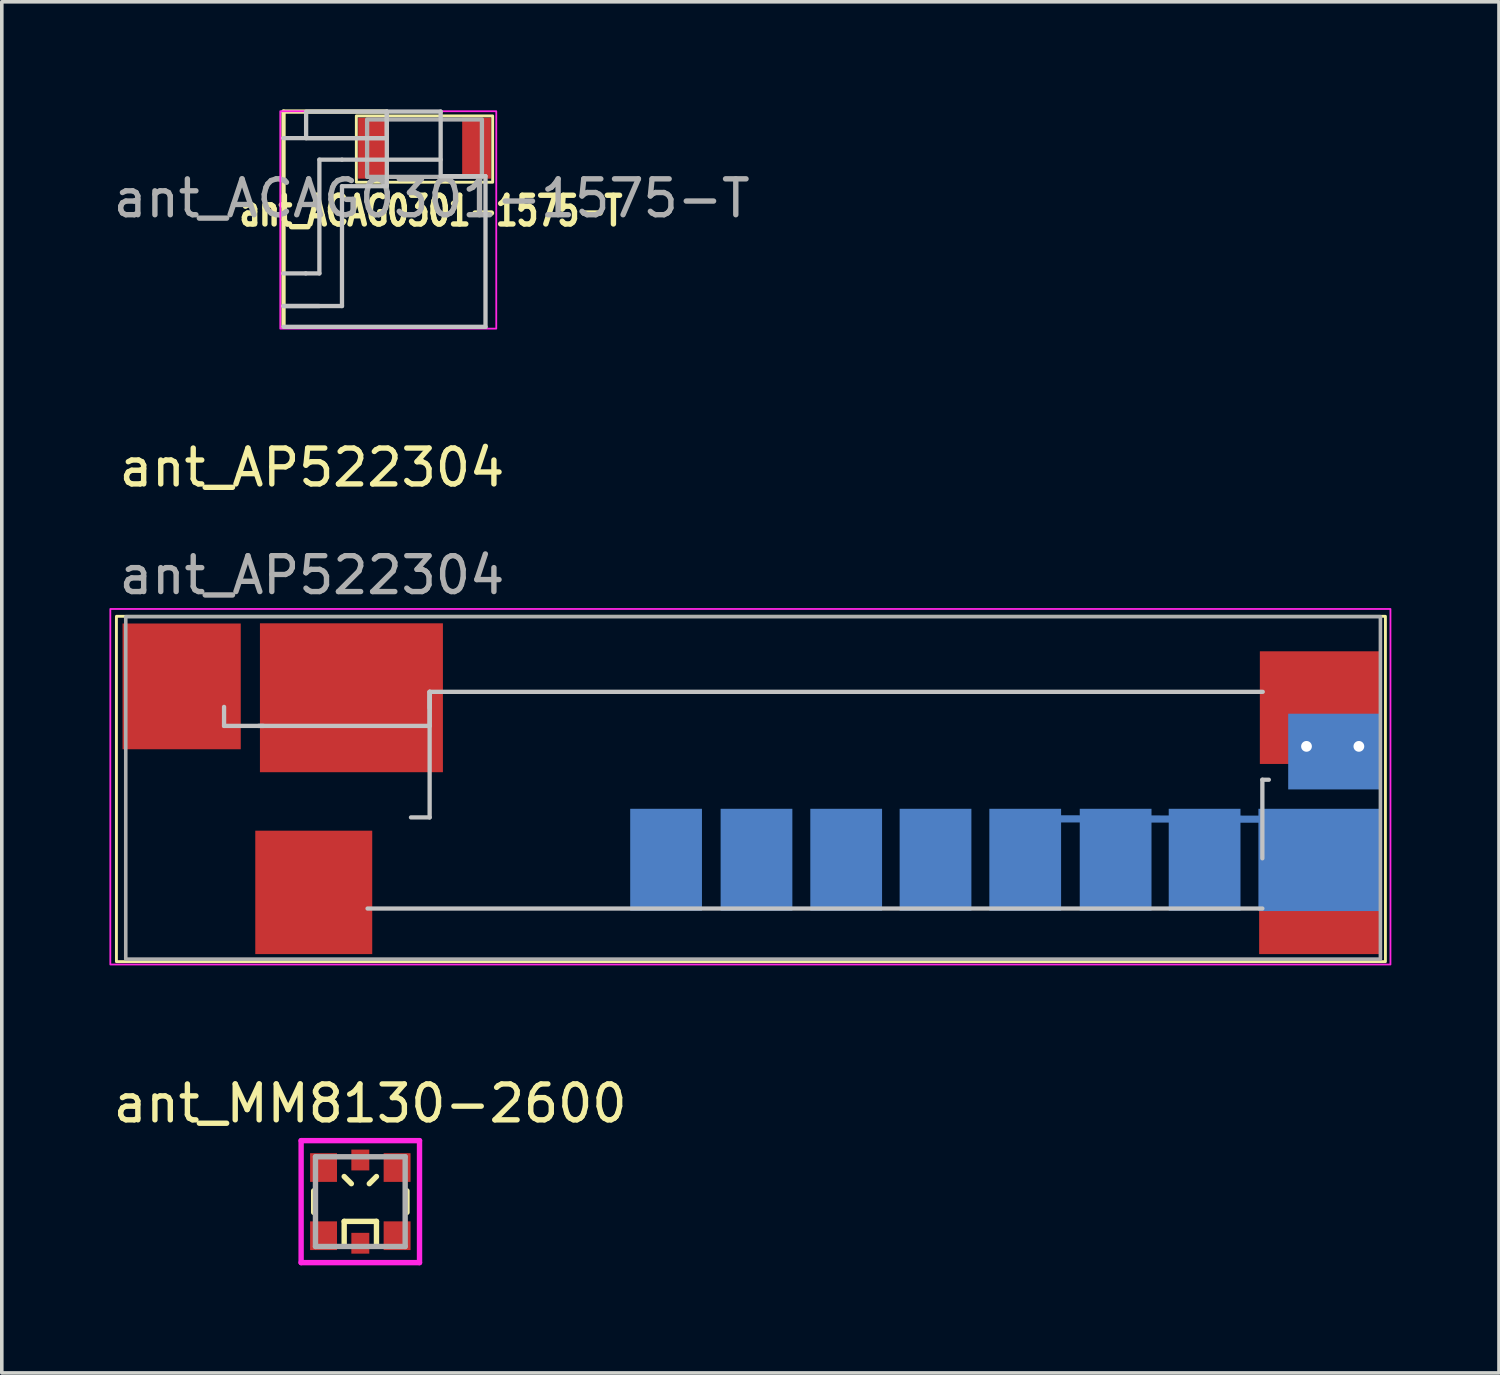
<source format=kicad_pcb>
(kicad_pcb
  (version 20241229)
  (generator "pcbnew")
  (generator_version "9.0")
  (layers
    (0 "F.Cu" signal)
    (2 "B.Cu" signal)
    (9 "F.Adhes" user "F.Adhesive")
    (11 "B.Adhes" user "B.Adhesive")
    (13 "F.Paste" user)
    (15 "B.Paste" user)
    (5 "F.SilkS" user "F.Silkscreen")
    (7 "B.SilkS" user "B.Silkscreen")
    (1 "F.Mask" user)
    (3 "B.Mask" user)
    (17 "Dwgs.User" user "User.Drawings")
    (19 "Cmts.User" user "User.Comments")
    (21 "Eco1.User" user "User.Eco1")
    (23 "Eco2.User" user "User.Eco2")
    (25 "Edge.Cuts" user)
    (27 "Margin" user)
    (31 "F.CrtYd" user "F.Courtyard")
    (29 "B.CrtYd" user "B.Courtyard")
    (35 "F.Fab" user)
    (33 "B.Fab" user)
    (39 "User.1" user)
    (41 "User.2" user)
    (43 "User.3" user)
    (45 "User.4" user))
  (footprint "ant_AP522304"
    (layer "F.Cu")
    (at 5.645 15.633)
    (property "Reference" "ant_AP522304" (at 0 -5.65 0) (unlocked yes) (layer "F.SilkS") (effects (font (size 1 1) (thickness 0.15))))
    (attr smd)
    (fp_line (start 20.65 4.14) (end 26.78 4.15) (stroke (width 0.2) (type default)) (layer "B.Cu"))
    (fp_line (start 7.88 3.86) (end 7.88 4.36) (stroke (width 0.12) (type default)) (layer "B.Mask"))
    (fp_line (start 8.38 3.86) (end 7.88 3.86) (stroke (width 0.12) (type default)) (layer "B.Mask"))
    (fp_line (start 8.38 3.86) (end 8.38 4.36) (stroke (width 0.12) (type default)) (layer "B.Mask"))
    (fp_line (start 8.88 3.86) (end 8.38 3.86) (stroke (width 0.12) (type default)) (layer "B.Mask"))
    (fp_line (start 8.88 3.86) (end 8.88 4.36) (stroke (width 0.12) (type default)) (layer "B.Mask"))
    (fp_line (start 9.38 3.86) (end 8.88 3.86) (stroke (width 0.12) (type default)) (layer "B.Mask"))
    (fp_line (start 9.38 3.86) (end 9.38 4.36) (stroke (width 0.12) (type default)) (layer "B.Mask"))
    (fp_line (start 9.88 3.86) (end 9.38 3.86) (stroke (width 0.12) (type default)) (layer "B.Mask"))
    (fp_line (start 9.88 3.86) (end 9.88 4.36) (stroke (width 0.12) (type default)) (layer "B.Mask"))
    (fp_line (start 10.38 3.86) (end 9.88 3.86) (stroke (width 0.12) (type default)) (layer "B.Mask"))
    (fp_line (start 10.38 3.86) (end 10.38 4.36) (stroke (width 0.12) (type default)) (layer "B.Mask"))
    (fp_line (start 10.88 3.86) (end 10.38 3.86) (stroke (width 0.12) (type default)) (layer "B.Mask"))
    (fp_line (start 10.88 3.86) (end 10.88 4.36) (stroke (width 0.12) (type default)) (layer "B.Mask"))
    (fp_line (start 11.38 3.86) (end 10.88 3.86) (stroke (width 0.12) (type default)) (layer "B.Mask"))
    (fp_line (start 11.38 3.86) (end 11.38 4.36) (stroke (width 0.12) (type default)) (layer "B.Mask"))
    (fp_line (start 11.88 3.86) (end 11.38 3.86) (stroke (width 0.12) (type default)) (layer "B.Mask"))
    (fp_line (start 11.88 3.86) (end 11.88 4.36) (stroke (width 0.12) (type default)) (layer "B.Mask"))
    (fp_line (start 12.38 3.86) (end 11.88 3.86) (stroke (width 0.12) (type default)) (layer "B.Mask"))
    (fp_line (start 12.38 3.86) (end 12.38 4.36) (stroke (width 0.12) (type default)) (layer "B.Mask"))
    (fp_line (start 12.88 3.86) (end 12.38 3.86) (stroke (width 0.12) (type default)) (layer "B.Mask"))
    (fp_line (start 12.88 3.86) (end 12.88 4.36) (stroke (width 0.12) (type default)) (layer "B.Mask"))
    (fp_line (start 13.38 3.86) (end 12.88 3.86) (stroke (width 0.12) (type default)) (layer "B.Mask"))
    (fp_line (start 13.38 3.86) (end 13.38 4.36) (stroke (width 0.12) (type default)) (layer "B.Mask"))
    (fp_line (start 13.88 3.86) (end 13.38 3.86) (stroke (width 0.12) (type default)) (layer "B.Mask"))
    (fp_line (start 13.88 3.86) (end 13.88 4.36) (stroke (width 0.12) (type default)) (layer "B.Mask"))
    (fp_line (start 14.38 3.86) (end 13.88 3.86) (stroke (width 0.12) (type default)) (layer "B.Mask"))
    (fp_line (start 14.38 3.86) (end 14.38 4.36) (stroke (width 0.12) (type default)) (layer "B.Mask"))
    (fp_line (start 14.88 3.86) (end 14.38 3.86) (stroke (width 0.12) (type default)) (layer "B.Mask"))
    (fp_line (start 14.88 3.86) (end 14.88 4.36) (stroke (width 0.12) (type default)) (layer "B.Mask"))
    (fp_line (start 15.38 3.86) (end 14.88 3.86) (stroke (width 0.12) (type default)) (layer "B.Mask"))
    (fp_line (start 15.38 3.86) (end 15.38 4.36) (stroke (width 0.12) (type default)) (layer "B.Mask"))
    (fp_line (start 15.88 3.86) (end 15.38 3.86) (stroke (width 0.12) (type default)) (layer "B.Mask"))
    (fp_line (start 15.88 3.86) (end 15.88 4.36) (stroke (width 0.12) (type default)) (layer "B.Mask"))
    (fp_line (start 16.38 3.86) (end 15.88 3.86) (stroke (width 0.12) (type default)) (layer "B.Mask"))
    (fp_line (start 16.38 3.86) (end 16.38 4.36) (stroke (width 0.12) (type default)) (layer "B.Mask"))
    (fp_line (start 16.88 3.86) (end 16.38 3.86) (stroke (width 0.12) (type default)) (layer "B.Mask"))
    (fp_line (start 16.88 3.86) (end 16.88 4.36) (stroke (width 0.12) (type default)) (layer "B.Mask"))
    (fp_line (start 17.38 3.86) (end 16.88 3.86) (stroke (width 0.12) (type default)) (layer "B.Mask"))
    (fp_line (start 17.38 3.86) (end 17.38 4.36) (stroke (width 0.12) (type default)) (layer "B.Mask"))
    (fp_line (start 17.88 3.86) (end 17.38 3.86) (stroke (width 0.12) (type default)) (layer "B.Mask"))
    (fp_line (start 17.88 3.86) (end 17.88 4.36) (stroke (width 0.12) (type default)) (layer "B.Mask"))
    (fp_line (start 18.38 3.86) (end 17.88 3.86) (stroke (width 0.12) (type default)) (layer "B.Mask"))
    (fp_line (start 18.38 3.86) (end 18.38 4.36) (stroke (width 0.12) (type default)) (layer "B.Mask"))
    (fp_line (start 18.88 3.86) (end 18.38 3.86) (stroke (width 0.12) (type default)) (layer "B.Mask"))
    (fp_line (start 18.88 3.86) (end 18.88 4.36) (stroke (width 0.12) (type default)) (layer "B.Mask"))
    (fp_line (start 19.38 3.86) (end 18.88 3.86) (stroke (width 0.12) (type default)) (layer "B.Mask"))
    (fp_line (start 19.38 3.86) (end 19.38 4.36) (stroke (width 0.12) (type default)) (layer "B.Mask"))
    (fp_line (start 19.88 3.86) (end 19.38 3.86) (stroke (width 0.12) (type default)) (layer "B.Mask"))
    (fp_line (start 19.88 3.86) (end 19.88 4.36) (stroke (width 0.12) (type default)) (layer "B.Mask"))
    (fp_line (start 20.38 3.86) (end 19.88 3.86) (stroke (width 0.12) (type default)) (layer "B.Mask"))
    (fp_line (start 20.38 3.86) (end 20.38 4.36) (stroke (width 0.12) (type default)) (layer "B.Mask"))
    (fp_line (start 20.88 3.86) (end 20.38 3.86) (stroke (width 0.12) (type default)) (layer "B.Mask"))
    (fp_line (start 20.88 3.86) (end 20.88 4.36) (stroke (width 0.12) (type default)) (layer "B.Mask"))
    (fp_line (start 21.38 3.86) (end 20.88 3.86) (stroke (width 0.12) (type default)) (layer "B.Mask"))
    (fp_line (start 21.38 3.86) (end 21.38 4.36) (stroke (width 0.12) (type default)) (layer "B.Mask"))
    (fp_line (start 21.88 3.86) (end 21.38 3.86) (stroke (width 0.12) (type default)) (layer "B.Mask"))
    (fp_line (start 21.88 3.86) (end 21.88 4.36) (stroke (width 0.12) (type default)) (layer "B.Mask"))
    (fp_line (start 22.38 3.86) (end 21.88 3.86) (stroke (width 0.12) (type default)) (layer "B.Mask"))
    (fp_line (start 22.38 3.86) (end 22.38 4.36) (stroke (width 0.12) (type default)) (layer "B.Mask"))
    (fp_line (start 22.88 3.86) (end 22.38 3.86) (stroke (width 0.12) (type default)) (layer "B.Mask"))
    (fp_line (start 22.88 3.86) (end 22.88 4.36) (stroke (width 0.12) (type default)) (layer "B.Mask"))
    (fp_line (start 23.38 3.86) (end 22.88 3.86) (stroke (width 0.12) (type default)) (layer "B.Mask"))
    (fp_line (start 23.38 3.86) (end 23.38 4.36) (stroke (width 0.12) (type default)) (layer "B.Mask"))
    (fp_line (start 23.88 3.86) (end 23.38 3.86) (stroke (width 0.12) (type default)) (layer "B.Mask"))
    (fp_line (start 23.88 3.86) (end 23.88 4.36) (stroke (width 0.12) (type default)) (layer "B.Mask"))
    (fp_line (start 24.38 3.86) (end 23.88 3.86) (stroke (width 0.12) (type default)) (layer "B.Mask"))
    (fp_line (start 24.38 3.86) (end 24.38 4.36) (stroke (width 0.12) (type default)) (layer "B.Mask"))
    (fp_line (start 24.88 3.86) (end 24.38 3.86) (stroke (width 0.12) (type default)) (layer "B.Mask"))
    (fp_line (start 24.88 3.86) (end 24.88 4.36) (stroke (width 0.12) (type default)) (layer "B.Mask"))
    (fp_line (start 25.38 3.86) (end 24.88 3.86) (stroke (width 0.12) (type default)) (layer "B.Mask"))
    (fp_line (start 25.38 3.86) (end 25.38 4.36) (stroke (width 0.12) (type default)) (layer "B.Mask"))
    (fp_line (start 25.88 3.86) (end 25.38 3.86) (stroke (width 0.12) (type default)) (layer "B.Mask"))
    (fp_line (start 25.88 3.86) (end 25.88 4.36) (stroke (width 0.12) (type default)) (layer "B.Mask"))
    (fp_line (start 26.38 3.86) (end 25.88 3.86) (stroke (width 0.12) (type default)) (layer "B.Mask"))
    (fp_rect (start -5.45 -1.505) (end 29.92 8.12) (stroke (width 0.08) (type default)) (fill no) (layer "F.SilkS"))
    (fp_line (start -2.45 1.55) (end -2.45 1.02) (stroke (width 0.12) (type default)) (layer "Dwgs.User"))
    (fp_line (start -1.35 1.55) (end -2.45 1.55) (stroke (width 0.12) (type default)) (layer "Dwgs.User"))
    (fp_line (start 1.55 6.64) (end 26.49 6.64) (stroke (width 0.12) (type default)) (layer "Dwgs.User"))
    (fp_line (start 3.28 0.6) (end 3.28 1.05) (stroke (width 0.12) (type default)) (layer "Dwgs.User"))
    (fp_line (start 3.28 0.6) (end 3.28 1.55) (stroke (width 0.12) (type default)) (layer "Dwgs.User"))
    (fp_line (start 3.28 0.6) (end 3.28 4.1) (stroke (width 0.12) (type default)) (layer "Dwgs.User"))
    (fp_line (start 3.28 1.55) (end -1.49 1.55) (stroke (width 0.12) (type default)) (layer "Dwgs.User"))
    (fp_line (start 3.28 4.1) (end 2.76 4.1) (stroke (width 0.12) (type default)) (layer "Dwgs.User"))
    (fp_line (start 26.49 3.05) (end 26.67 3.05) (stroke (width 0.12) (type default)) (layer "Dwgs.User"))
    (fp_line (start 26.49 5.24) (end 26.49 3.05) (stroke (width 0.12) (type default)) (layer "Dwgs.User"))
    (fp_line (start 26.5 0.6) (end 3.28 0.6) (stroke (width 0.12) (type default)) (layer "Dwgs.User"))
    (fp_rect (start -5.62 -1.71) (end 30.06 8.2) (stroke (width 0.05) (type default)) (fill no) (layer "F.CrtYd"))
    (fp_rect (start -5.19 -1.495) (end 29.78 8.05) (stroke (width 0.1) (type default)) (fill no) (layer "F.Fab"))
    (fp_text user "${REFERENCE}" (at 0 -2.65 0) (unlocked yes) (layer "F.Fab") (effects (font (size 1 1) (thickness 0.15))))
    (pad "1" smd rect (at 1.1 0.765) (size 5.1 4.15) (layers "F.Cu" "F.Mask" "F.Paste"))
    (pad "2" smd rect (at -3.632 0.448) (size 3.295 3.505) (layers "F.Cu" "F.Mask" "F.Paste"))
    (pad "3" smd rect (at -1.58 4.47) (size 3.26 3.44) (drill (offset 1.63 1.72)) (layers "F.Cu" "F.Mask" "F.Paste"))
    (pad "4" smd rect (at 26.6 4.51) (size 3.34 3.38) (drill (offset 1.47 1.71)) (layers "F.Cu" "F.Mask" "F.Paste"))
    (pad "5" smd rect (at 26.63 -0.53) (size 3.35 3.14) (drill (offset 1.465 1.57)) (layers "F.Cu" "F.Mask" "F.Paste"))
    (pad "7" thru_hole circle (at 27.72 2.12) (size 0.6 0.6) (drill 0.3) (layers "*.Cu" "*.Mask"))
    (pad "7" thru_hole circle (at 29.18 2.12) (size 0.6 0.6) (drill 0.3) (layers "*.Cu" "*.Mask"))
    (pad "7" smd rect (at 29.6 -0.52) (size 2.57 2.11) (drill (offset -1.105 2.785)) (layers "B.Cu" "B.Mask" "B.Paste"))
    (pad "8" smd rect (at 28.085 5.285) (size 3.41 2.85) (layers "B.Cu" "B.Mask" "B.Paste"))
    (pad "9" smd rect (at 24.88 5.28) (size 2 2.84) (layers "B.Cu" "B.Mask" "B.Paste"))
    (pad "10" smd rect (at 22.4 5.28) (size 2 2.84) (layers "B.Cu" "B.Mask" "B.Paste"))
    (pad "11" smd rect (at 19.88 5.28) (size 2 2.84) (layers "B.Cu" "B.Mask" "B.Paste"))
    (pad "12" smd rect (at 17.38 5.28) (size 2 2.84) (layers "B.Cu" "B.Mask" "B.Paste"))
    (pad "13" smd rect (at 14.89 5.28) (size 2 2.84) (layers "B.Cu" "B.Mask" "B.Paste"))
    (pad "14" smd rect (at 12.39 5.28) (size 2 2.84) (layers "B.Cu" "B.Mask" "B.Paste"))
    (pad "15" smd rect (at 9.87 5.28) (size 2 2.84) (layers "B.Cu" "B.Mask" "B.Paste")))
  (footprint "ant_ACAG0301-1575-T"
    (layer "F.Cu")
    (at 7.482 1.08)
    (property "Reference" "ant_ACAG0301-1575-T" (at 1.48 1.75 0) (unlocked yes) (layer "F.SilkS") (effects (font (size 0.8 0.6) (thickness 0.15))))
    (attr smd exclude_from_bom)
    (fp_line (start -2.63 -1.02) (end -2.63 -0.28) (stroke (width 0.12) (type default)) (layer "F.SilkS"))
    (fp_line (start -2.63 -0.28) (end -2.63 3.49) (stroke (width 0.12) (type default)) (layer "F.SilkS"))
    (fp_line (start -2.63 3.49) (end -2.63 4.4) (stroke (width 0.12) (type default)) (layer "F.SilkS"))
    (fp_line (start -2.63 4.4) (end -2.63 4.98) (stroke (width 0.12) (type default)) (layer "F.SilkS"))
    (fp_line (start 0.25 -1.02) (end -2.63 -1.02) (stroke (width 0.12) (type default)) (layer "F.SilkS"))
    (fp_rect (start -0.6 -0.9) (end 3.2 0.95) (stroke (width 0.08) (type default)) (fill no) (layer "F.SilkS"))
    (fp_line (start -2.63 4.4) (end -1.63 4.4) (stroke (width 0.12) (type default)) (layer "Dwgs.User"))
    (fp_line (start -2.63 4.4) (end -1 4.4) (stroke (width 0.12) (type default)) (layer "Dwgs.User"))
    (fp_line (start -2.63 4.98) (end 3 4.98) (stroke (width 0.12) (type default)) (layer "Dwgs.User"))
    (fp_line (start -2.01 3.49) (end -2.63 3.49) (stroke (width 0.12) (type default)) (layer "Dwgs.User"))
    (fp_line (start -2.01 3.49) (end -1.63 3.49) (stroke (width 0.12) (type default)) (layer "Dwgs.User"))
    (fp_line (start -2 -0.28) (end -2.63 -0.28) (stroke (width 0.12) (type default)) (layer "Dwgs.User"))
    (fp_line (start -2 -0.28) (end 0.25 -0.28) (stroke (width 0.12) (type default)) (layer "Dwgs.User"))
    (fp_line (start -1.63 0.32) (end -1 0.32) (stroke (width 0.12) (type default)) (layer "Dwgs.User"))
    (fp_line (start -1.63 3.49) (end -1.63 0.32) (stroke (width 0.12) (type default)) (layer "Dwgs.User"))
    (fp_line (start -1 1.06) (end -1 4.4) (stroke (width 0.12) (type default)) (layer "Dwgs.User"))
    (fp_line (start -1 1.06) (end 0.25 1.06) (stroke (width 0.12) (type default)) (layer "Dwgs.User"))
    (fp_line (start 0.25 -1.02) (end 1.75 -1.02) (stroke (width 0.12) (type default)) (layer "Dwgs.User"))
    (fp_line (start 0.25 -0.28) (end 0.25 -1.02) (stroke (width 0.12) (type default)) (layer "Dwgs.User"))
    (fp_line (start 0.25 0.32) (end -1 0.32) (stroke (width 0.12) (type default)) (layer "Dwgs.User"))
    (fp_line (start 0.25 0.32) (end 0.25 -0.28) (stroke (width 0.12) (type default)) (layer "Dwgs.User"))
    (fp_line (start 0.25 0.32) (end 1.75 0.32) (stroke (width 0.12) (type default)) (layer "Dwgs.User"))
    (fp_line (start 0.25 1.06) (end 0.25 0.32) (stroke (width 0.12) (type default)) (layer "Dwgs.User"))
    (fp_line (start 1.75 -1.02) (end 1.75 0.78) (stroke (width 0.12) (type default)) (layer "Dwgs.User"))
    (fp_line (start 1.75 0.78) (end 3 0.78) (stroke (width 0.12) (type default)) (layer "Dwgs.User"))
    (fp_line (start 3 4.98) (end 3 0.78) (stroke (width 0.12) (type default)) (layer "Dwgs.User"))
    (fp_rect (start -2 -1.02) (end 0.25 -0.28) (stroke (width 0.12) (type default)) (fill no) (layer "Dwgs.User"))
    (fp_rect (start -2.72 -1.03) (end 3.3 5.03) (stroke (width 0.05) (type default)) (fill no) (layer "F.CrtYd"))
    (fp_rect (start -0.3 -0.8) (end 2.9 0.8) (stroke (width 0.12) (type default)) (fill no) (layer "F.Fab"))
    (fp_text user "${REFERENCE}" (at 1.5 1.4 0) (unlocked yes) (layer "F.Fab") (effects (font (size 1 1) (thickness 0.15))))
    (pad "1" smd rect (at -0.15 0) (size 0.8 1.7) (layers "F.Cu" "F.Mask" "F.Paste"))
    (pad "2" smd rect (at 2.75 0) (size 0.8 1.7) (layers "F.Cu" "F.Mask" "F.Paste"))
    (zone (net_name "") (layers "F.Cu" "F.SilkS") (hatch edge 0.5) (connect_pads) (min_thickness 0.25) (filled_areas_thickness no) (keepout (tracks not_allowed) (vias not_allowed) (pads allowed) (copperpour not_allowed) (footprints not_allowed)) (placement (enabled no)) (fill) (polygon (pts (xy 6.772 0.81) (xy 4.852 0.8) (xy 4.852 4.57) (xy 5.852 4.57) (xy 5.852 1.4) (xy 6.772 1.41))))
    (zone (net_name "") (layers "F.Cu" "F.SilkS") (hatch edge 0.5) (connect_pads) (min_thickness 0.25) (filled_areas_thickness no) (keepout (tracks not_allowed) (vias not_allowed) (pads allowed) (copperpour not_allowed) (footprints not_allowed)) (placement (enabled no)) (fill) (polygon (pts (xy 7.732 0.06) (xy 9.232 0.06) (xy 9.232 1.86) (xy 10.482 1.86) (xy 10.482 6.06) (xy 4.852 6.06) (xy 4.852 5.48) (xy 6.482 5.48) (xy 6.482 2.14) (xy 7.732 2.14) (xy 7.732 1.4)))))
  (footprint "ant_MM8130-2600"
    (layer "F.Cu")
    (at 6.993 30.442)
    (property "Reference" "ant_MM8130-2600" (at 0.275 -2.735 0) (layer "F.SilkS") (effects (font (size 1 1) (thickness 0.15))))
    (attr smd)
    (fp_line (start -1.3 0.3) (end -1.3 -0.3) (stroke (width 0.15) (type solid)) (layer "F.SilkS"))
    (fp_line (start -0.45 -0.7) (end -0.25 -0.5) (stroke (width 0.15) (type solid)) (layer "F.SilkS"))
    (fp_line (start -0.45 0.55) (end 0.45 0.55) (stroke (width 0.15) (type solid)) (layer "F.SilkS"))
    (fp_line (start -0.45 1.2) (end -0.45 0.55) (stroke (width 0.15) (type solid)) (layer "F.SilkS"))
    (fp_line (start 0.45 -0.7) (end 0.25 -0.5) (stroke (width 0.15) (type solid)) (layer "F.SilkS"))
    (fp_line (start 0.45 0.55) (end 0.45 1.2) (stroke (width 0.15) (type solid)) (layer "F.SilkS"))
    (fp_line (start 1.3 0.3) (end 1.3 -0.3) (stroke (width 0.15) (type solid)) (layer "F.SilkS"))
    (fp_line (start -1.65 -1.7) (end -1.65 1.7) (stroke (width 0.15) (type solid)) (layer "F.CrtYd"))
    (fp_line (start -1.65 1.7) (end 1.65 1.7) (stroke (width 0.15) (type solid)) (layer "F.CrtYd"))
    (fp_line (start 1.65 -1.7) (end -1.65 -1.7) (stroke (width 0.15) (type solid)) (layer "F.CrtYd"))
    (fp_line (start 1.65 1.7) (end 1.65 -1.7) (stroke (width 0.15) (type solid)) (layer "F.CrtYd"))
    (fp_line (start -1.25 -1.25) (end 1.25 -1.25) (stroke (width 0.15) (type solid)) (layer "F.Fab"))
    (fp_line (start -1.25 1.25) (end -1.25 -1.25) (stroke (width 0.15) (type solid)) (layer "F.Fab"))
    (fp_line (start 1.25 -1.25) (end 1.25 1.25) (stroke (width 0.15) (type solid)) (layer "F.Fab"))
    (fp_line (start 1.25 1.25) (end -1.25 1.25) (stroke (width 0.15) (type solid)) (layer "F.Fab"))
    (pad "1" smd rect (at -1.025 -0.95) (size 0.75 0.8) (layers "F.Cu" "F.Mask" "F.Paste"))
    (pad "2" smd rect (at 1.025 -0.95) (size 0.75 0.8) (layers "F.Cu" "F.Mask" "F.Paste"))
    (pad "3" smd rect (at -1.025 0.95) (size 0.75 0.8) (layers "F.Cu" "F.Mask" "F.Paste"))
    (pad "4" smd rect (at 1.025 0.95) (size 0.75 0.8) (layers "F.Cu" "F.Mask" "F.Paste"))
    (pad "IN" smd rect (at 0 -1.16) (size 0.5 0.58) (layers "F.Cu" "F.Mask" "F.Paste"))
    (pad "OUT" smd rect (at 0 1.16) (size 0.5 0.58) (layers "F.Cu" "F.Mask" "F.Paste"))
    (zone (net_name "") (layer "F.Cu") (hatch full 0.508) (connect_pads) (min_thickness 0.01) (filled_areas_thickness no) (keepout (tracks allowed) (vias not_allowed) (pads allowed) (copperpour not_allowed) (footprints allowed)) (placement (enabled no)) (fill) (polygon (pts (xy 6.343 29.091) (xy 7.643 29.091) (xy 7.643 29.892) (xy 6.343 29.892))))
    (zone (net_name "") (layer "F.Cu") (hatch full 0.508) (connect_pads) (min_thickness 0.01) (filled_areas_thickness no) (keepout (tracks allowed) (vias not_allowed) (pads allowed) (copperpour not_allowed) (footprints allowed)) (placement (enabled no)) (fill) (polygon (pts (xy 6.343 30.991) (xy 7.643 30.991) (xy 7.643 31.791) (xy 6.343 31.791)))))
  (gr_rect
    (start -3 -3)
    (end 38.73 35.217)
    (stroke (width 0.1) (type default))
    (fill no)
    (layer "Edge.Cuts")))
</source>
